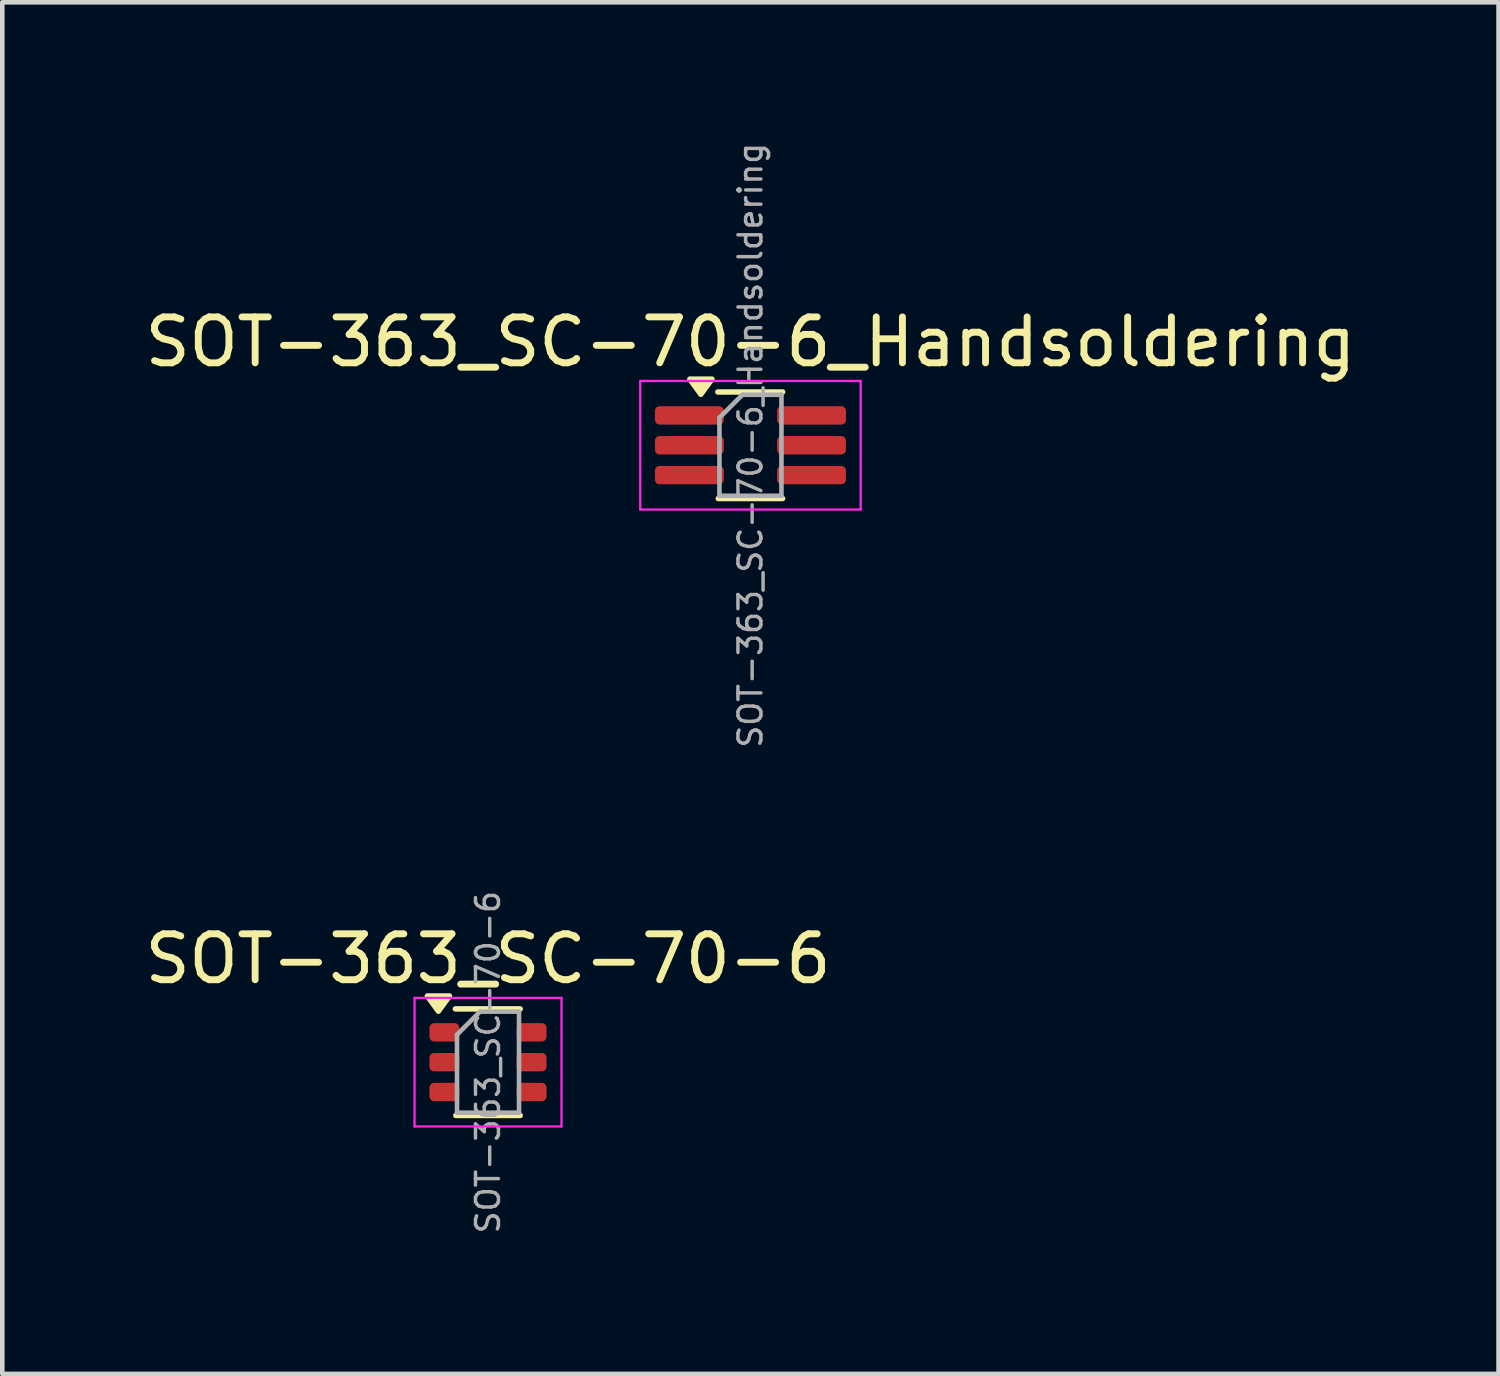
<source format=kicad_pcb>
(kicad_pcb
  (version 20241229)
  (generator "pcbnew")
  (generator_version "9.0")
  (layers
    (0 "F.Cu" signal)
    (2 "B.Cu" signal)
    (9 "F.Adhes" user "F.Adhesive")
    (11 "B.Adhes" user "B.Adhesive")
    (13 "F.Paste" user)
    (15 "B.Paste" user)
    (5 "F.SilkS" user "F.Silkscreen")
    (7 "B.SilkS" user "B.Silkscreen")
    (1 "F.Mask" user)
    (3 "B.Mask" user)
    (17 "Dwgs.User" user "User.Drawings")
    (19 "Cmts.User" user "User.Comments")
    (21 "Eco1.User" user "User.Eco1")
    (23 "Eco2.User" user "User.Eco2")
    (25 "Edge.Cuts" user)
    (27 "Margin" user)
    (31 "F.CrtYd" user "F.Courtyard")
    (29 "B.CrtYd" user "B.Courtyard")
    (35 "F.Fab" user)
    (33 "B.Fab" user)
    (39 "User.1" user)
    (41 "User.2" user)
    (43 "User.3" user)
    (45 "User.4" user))
  (footprint "SOT-363_SC-70-6_Handsoldering"
    (layer "F.Cu")
    (at 13.292 6.646)
    (property "Reference" "SOT-363_SC-70-6_Handsoldering" (at 0 -2.25 0) (layer "F.SilkS") (effects (font (size 1 1) (thickness 0.15))))
    (attr smd)
    (fp_line (start -0.71 -1.16) (end 0.7 -1.16) (stroke (width 0.12) (type solid)) (layer "F.SilkS"))
    (fp_line (start -0.7 1.16) (end 0.7 1.16) (stroke (width 0.12) (type solid)) (layer "F.SilkS"))
    (fp_poly (pts (xy -1.08 -1.11) (xy -1.32 -1.44) (xy -0.84 -1.44) (xy -1.08 -1.11)) (stroke (width 0.12) (type solid)) (fill yes) (layer "F.SilkS"))
    (fp_line (start -2.4 -1.4) (end -2.4 1.4) (stroke (width 0.05) (type solid)) (layer "F.CrtYd"))
    (fp_line (start -2.4 -1.4) (end 2.4 -1.4) (stroke (width 0.05) (type solid)) (layer "F.CrtYd"))
    (fp_line (start -2.4 1.4) (end 2.4 1.4) (stroke (width 0.05) (type solid)) (layer "F.CrtYd"))
    (fp_line (start 2.4 1.4) (end 2.4 -1.4) (stroke (width 0.05) (type solid)) (layer "F.CrtYd"))
    (fp_line (start -0.675 -0.6) (end -0.675 1.1) (stroke (width 0.1) (type solid)) (layer "F.Fab"))
    (fp_line (start -0.175 -1.1) (end -0.675 -0.6) (stroke (width 0.1) (type solid)) (layer "F.Fab"))
    (fp_line (start 0.675 -1.1) (end -0.175 -1.1) (stroke (width 0.1) (type solid)) (layer "F.Fab"))
    (fp_line (start 0.675 -1.1) (end 0.675 1.1) (stroke (width 0.1) (type solid)) (layer "F.Fab"))
    (fp_line (start 0.675 1.1) (end -0.675 1.1) (stroke (width 0.1) (type solid)) (layer "F.Fab"))
    (fp_text user "${REFERENCE}" (at 0 0 90) (layer "F.Fab") (effects (font (size 0.5 0.5) (thickness 0.075))))
    (pad "D1" smd roundrect (at -1.33 0.65) (size 1.5 0.4) (layers "F.Cu" "F.Mask" "F.Paste") (roundrect_rratio 0.25))
    (pad "D2" smd roundrect (at 1.33 -0.65) (size 1.5 0.4) (layers "F.Cu" "F.Mask" "F.Paste") (roundrect_rratio 0.25))
    (pad "G1" smd roundrect (at 1.33 0) (size 1.5 0.4) (layers "F.Cu" "F.Mask" "F.Paste") (roundrect_rratio 0.25))
    (pad "G2" smd roundrect (at -1.33 0) (size 1.5 0.4) (layers "F.Cu" "F.Mask" "F.Paste") (roundrect_rratio 0.25))
    (pad "S1" smd roundrect (at 1.33 0.65) (size 1.5 0.4) (layers "F.Cu" "F.Mask" "F.Paste") (roundrect_rratio 0.25))
    (pad "S2" smd roundrect (at -1.33 -0.65) (size 1.5 0.4) (layers "F.Cu" "F.Mask" "F.Paste") (roundrect_rratio 0.25)))
  (footprint "SOT-363_SC-70-6"
    (layer "F.Cu")
    (at 7.577 20.08)
    (property "Reference" "SOT-363_SC-70-6" (at 0 -2.25 0) (layer "F.SilkS") (effects (font (size 1 1) (thickness 0.15))))
    (attr smd)
    (fp_line (start -0.71 -1.16) (end 0.7 -1.16) (stroke (width 0.12) (type solid)) (layer "F.SilkS"))
    (fp_line (start -0.7 1.16) (end 0.7 1.16) (stroke (width 0.12) (type solid)) (layer "F.SilkS"))
    (fp_poly (pts (xy -1.08 -1.11) (xy -1.32 -1.44) (xy -0.84 -1.44) (xy -1.08 -1.11)) (stroke (width 0.12) (type solid)) (fill yes) (layer "F.SilkS"))
    (fp_line (start -1.6 -1.4) (end -1.6 1.4) (stroke (width 0.05) (type solid)) (layer "F.CrtYd"))
    (fp_line (start -1.6 -1.4) (end 1.6 -1.4) (stroke (width 0.05) (type solid)) (layer "F.CrtYd"))
    (fp_line (start -1.6 1.4) (end 1.6 1.4) (stroke (width 0.05) (type solid)) (layer "F.CrtYd"))
    (fp_line (start 1.6 1.4) (end 1.6 -1.4) (stroke (width 0.05) (type solid)) (layer "F.CrtYd"))
    (fp_line (start -0.675 -0.6) (end -0.675 1.1) (stroke (width 0.1) (type solid)) (layer "F.Fab"))
    (fp_line (start -0.175 -1.1) (end -0.675 -0.6) (stroke (width 0.1) (type solid)) (layer "F.Fab"))
    (fp_line (start 0.675 -1.1) (end -0.175 -1.1) (stroke (width 0.1) (type solid)) (layer "F.Fab"))
    (fp_line (start 0.675 -1.1) (end 0.675 1.1) (stroke (width 0.1) (type solid)) (layer "F.Fab"))
    (fp_line (start 0.675 1.1) (end -0.675 1.1) (stroke (width 0.1) (type solid)) (layer "F.Fab"))
    (fp_text user "${REFERENCE}" (at 0 0 90) (layer "F.Fab") (effects (font (size 0.5 0.5) (thickness 0.075))))
    (pad "D1" smd roundrect (at -0.95 0.65) (size 0.65 0.4) (layers "F.Cu" "F.Mask" "F.Paste") (roundrect_rratio 0.25))
    (pad "D2" smd roundrect (at 0.95 -0.65) (size 0.65 0.4) (layers "F.Cu" "F.Mask" "F.Paste") (roundrect_rratio 0.25))
    (pad "G1" smd roundrect (at 0.95 0) (size 0.65 0.4) (layers "F.Cu" "F.Mask" "F.Paste") (roundrect_rratio 0.25))
    (pad "G2" smd roundrect (at -0.95 0) (size 0.65 0.4) (layers "F.Cu" "F.Mask" "F.Paste") (roundrect_rratio 0.25))
    (pad "S1" smd roundrect (at 0.95 0.65) (size 0.65 0.4) (layers "F.Cu" "F.Mask" "F.Paste") (roundrect_rratio 0.25))
    (pad "S2" smd roundrect (at -0.95 -0.65) (size 0.65 0.4) (layers "F.Cu" "F.Mask" "F.Paste") (roundrect_rratio 0.25)))
  (gr_rect
    (start -3 -3)
    (end 29.583 26.869)
    (stroke (width 0.1) (type default))
    (fill no)
    (layer "Edge.Cuts")))
</source>
